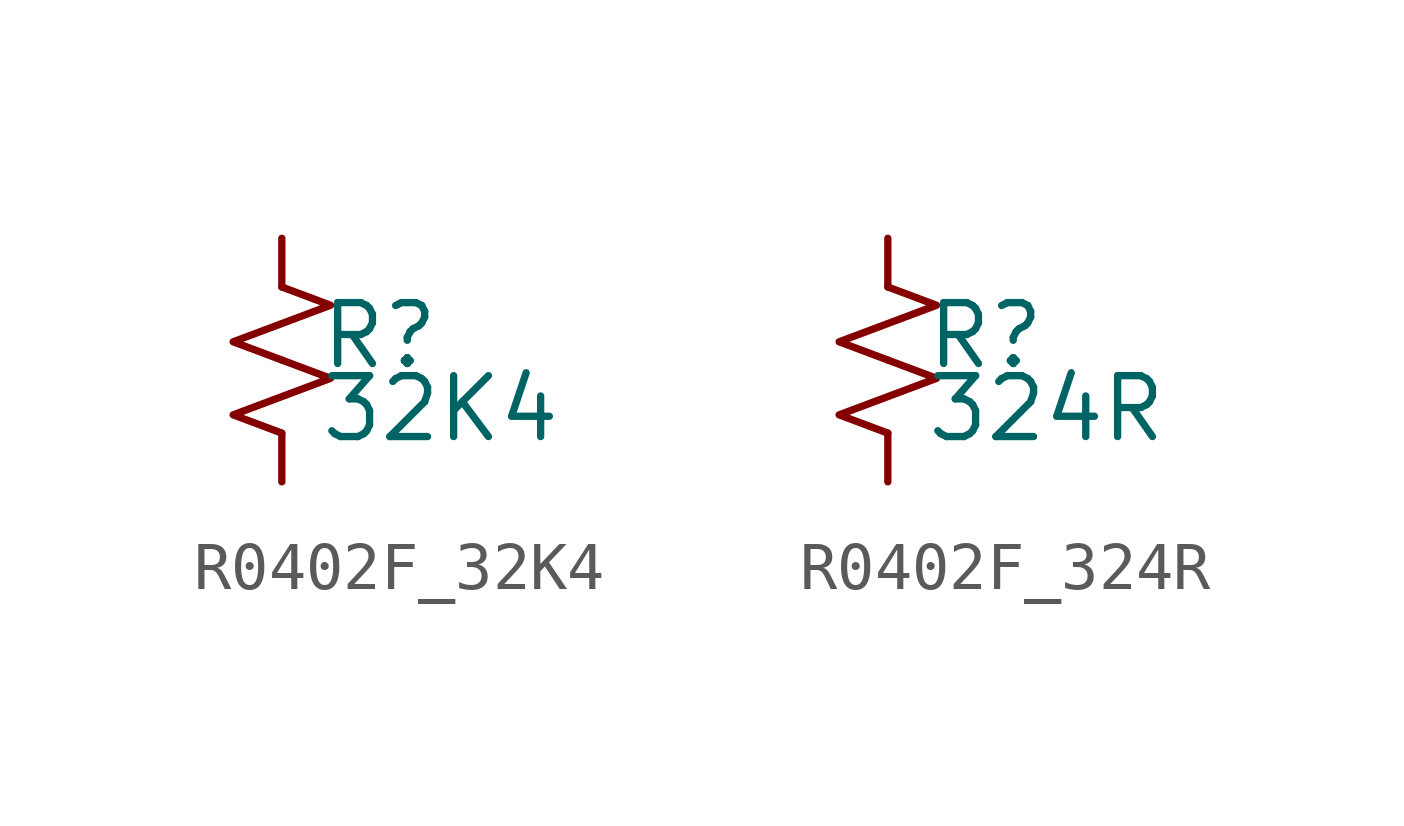
<source format=kicad_sym>
(kicad_symbol_lib
  (version 20220914)
  (generator kicad_symbol_editor)
  (symbol "R0402F_32K4"
    (pin_numbers hide)
    (pin_names
      (offset 0.254) hide)
    (property "Reference" "R"
      (at 0.762 0.508 0)
      (effects (font (size 1.27 1.27)) (justify left)))
    (property "Value" "32K4"
      (at 0.762 -1.016 0)
      (effects (font (size 1.27 1.27)) (justify left)))
    (symbol "R0402F_32K4_1_1"
      (polyline (pts (xy 0 0) (xy 1.016 -0.381) (xy 0 -0.762) (xy -1.016 -1.143) (xy 0 -1.524)) (stroke (width 0) (type default)) (fill (type none)))
      (polyline (pts (xy 0 1.524) (xy 1.016 1.143) (xy 0 0.762) (xy -1.016 0.381) (xy 0 0)) (stroke (width 0) (type default)) (fill (type none)))
      (pin passive line (at 0 2.54 270) (length 1.016) (name "~" (effects (font (size 1.27 1.27)))) (number "1" (effects (font (size 1.27 1.27)))))
      (pin passive line (at 0 -2.54 90) (length 1.016) (name "~" (effects (font (size 1.27 1.27)))) (number "2" (effects (font (size 1.27 1.27)))))))
  (symbol "R0402F_324R"
    (pin_numbers hide)
    (pin_names
      (offset 0.254) hide)
    (property "Reference" "R"
      (at 0.762 0.508 0)
      (effects (font (size 1.27 1.27)) (justify left)))
    (property "Value" "324R"
      (at 0.762 -1.016 0)
      (effects (font (size 1.27 1.27)) (justify left)))
    (symbol "R0402F_324R_1_1"
      (polyline (pts (xy 0 0) (xy 1.016 -0.381) (xy 0 -0.762) (xy -1.016 -1.143) (xy 0 -1.524)) (stroke (width 0) (type default)) (fill (type none)))
      (polyline (pts (xy 0 1.524) (xy 1.016 1.143) (xy 0 0.762) (xy -1.016 0.381) (xy 0 0)) (stroke (width 0) (type default)) (fill (type none)))
      (pin passive line (at 0 2.54 270) (length 1.016) (name "~" (effects (font (size 1.27 1.27)))) (number "1" (effects (font (size 1.27 1.27)))))
      (pin passive line (at 0 -2.54 90) (length 1.016) (name "~" (effects (font (size 1.27 1.27)))) (number "2" (effects (font (size 1.27 1.27))))))))
</source>
